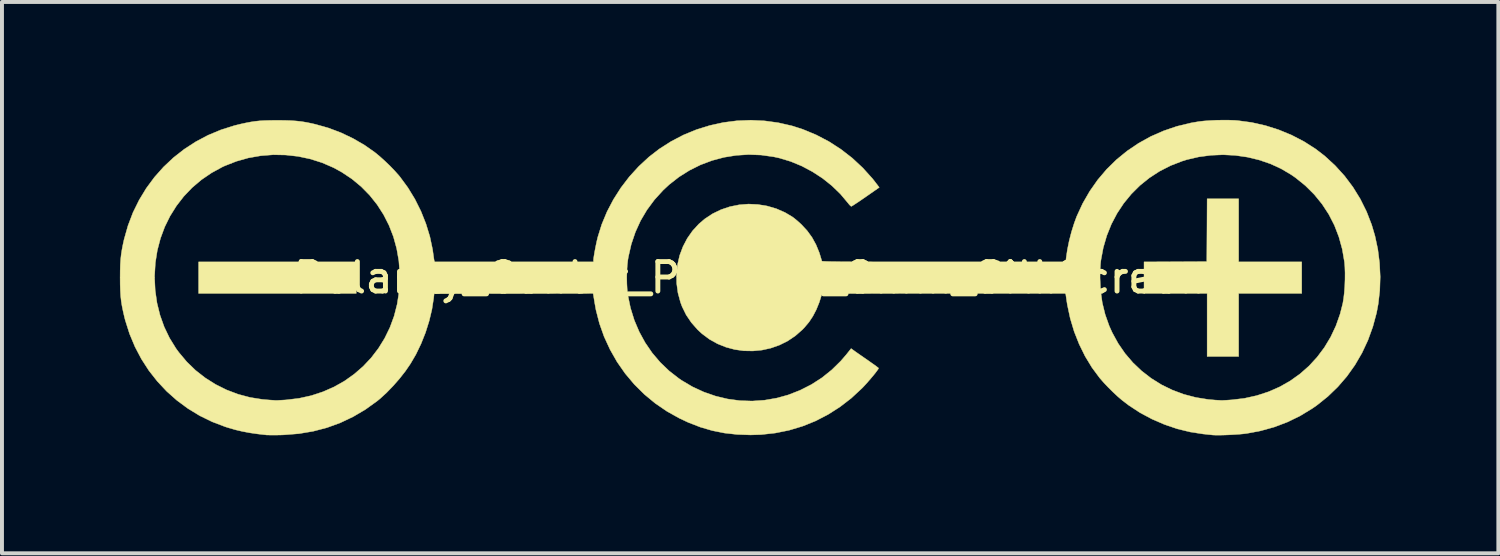
<source format=kicad_pcb>
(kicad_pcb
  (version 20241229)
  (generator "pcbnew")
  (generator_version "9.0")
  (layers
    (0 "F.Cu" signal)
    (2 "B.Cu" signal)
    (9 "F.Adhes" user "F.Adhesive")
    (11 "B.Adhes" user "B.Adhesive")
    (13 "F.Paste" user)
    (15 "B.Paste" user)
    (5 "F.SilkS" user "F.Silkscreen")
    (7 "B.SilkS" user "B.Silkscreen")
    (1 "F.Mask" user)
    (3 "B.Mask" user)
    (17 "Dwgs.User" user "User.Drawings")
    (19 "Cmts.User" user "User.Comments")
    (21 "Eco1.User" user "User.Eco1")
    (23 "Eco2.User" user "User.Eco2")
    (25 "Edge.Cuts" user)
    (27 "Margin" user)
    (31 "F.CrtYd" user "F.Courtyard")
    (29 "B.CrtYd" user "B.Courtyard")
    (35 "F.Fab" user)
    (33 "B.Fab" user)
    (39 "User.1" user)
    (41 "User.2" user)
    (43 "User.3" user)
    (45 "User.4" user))
  (footprint "Polarity_Center_Positive_8mm_SilkScreen"
    (layer "F.Cu")
    (at 16.021 4.012)
    (property "Reference" "Polarity_Center_Positive_8mm_SilkScreen" (at 0 0 0) (layer "F.SilkS") (effects (font (size 0.75 0.75) (thickness 0.125))))
    (attr exclude_from_pos_files exclude_from_bom allow_missing_courtyard)
    (fp_poly (pts (xy -10.01 0.401) (xy -14.02 0.401) (xy -14.02 -0.401) (xy -10.01 -0.401) (xy -10.01 0.401)) (stroke (width 0.01) (type solid)) (fill yes) (layer "F.SilkS"))
    (fp_poly (pts (xy 12.433 -0.401) (xy 14.037 -0.401) (xy 14.037 0.401) (xy 12.433 0.401) (xy 12.433 2.005) (xy 11.631 2.005) (xy 11.631 0.401) (xy 10.026 0.401) (xy 10.026 -0.401) (xy 10.824 -0.405) (xy 11.622 -0.409) (xy 11.627 -1.207) (xy 11.631 -2.005) (xy 12.433 -2.005) (xy 12.433 -0.401)) (stroke (width 0.01) (type solid)) (fill yes) (layer "F.SilkS"))
    (fp_poly (pts (xy 12.193 -4.006) (xy 12.338 -4.001) (xy 12.409 -3.995) (xy 12.765 -3.947) (xy 13.115 -3.868) (xy 13.455 -3.76) (xy 13.783 -3.624) (xy 14.095 -3.462) (xy 14.388 -3.275) (xy 14.622 -3.095) (xy 14.886 -2.852) (xy 15.126 -2.588) (xy 15.34 -2.303) (xy 15.527 -2) (xy 15.686 -1.68) (xy 15.816 -1.345) (xy 15.9 -1.061) (xy 15.972 -0.723) (xy 16.016 -0.375) (xy 16.033 -0.023) (xy 16.022 0.326) (xy 15.983 0.666) (xy 15.941 0.892) (xy 15.845 1.249) (xy 15.721 1.591) (xy 15.569 1.916) (xy 15.39 2.223) (xy 15.185 2.511) (xy 14.954 2.778) (xy 14.699 3.024) (xy 14.42 3.247) (xy 14.302 3.329) (xy 13.994 3.516) (xy 13.672 3.673) (xy 13.336 3.8) (xy 12.986 3.897) (xy 12.645 3.961) (xy 12.559 3.972) (xy 12.454 3.982) (xy 12.335 3.99) (xy 12.21 3.997) (xy 12.087 4.002) (xy 11.971 4.005) (xy 11.871 4.006) (xy 11.794 4.003) (xy 11.764 4.001) (xy 11.723 3.996) (xy 11.658 3.99) (xy 11.581 3.981) (xy 11.53 3.976) (xy 11.2 3.925) (xy 10.869 3.844) (xy 10.543 3.733) (xy 10.226 3.596) (xy 9.922 3.433) (xy 9.638 3.247) (xy 9.467 3.116) (xy 9.357 3.022) (xy 9.238 2.911) (xy 9.117 2.791) (xy 9.004 2.672) (xy 8.908 2.562) (xy 8.896 2.548) (xy 8.701 2.285) (xy 8.527 1.998) (xy 8.376 1.691) (xy 8.249 1.37) (xy 8.149 1.036) (xy 8.076 0.695) (xy 8.062 0.606) (xy 8.032 0.401) (xy 4.934 0.401) (xy 4.543 0.401) (xy 4.184 0.401) (xy 3.856 0.401) (xy 3.557 0.402) (xy 3.287 0.402) (xy 3.045 0.403) (xy 2.829 0.403) (xy 2.638 0.404) (xy 2.47 0.405) (xy 2.325 0.406) (xy 2.201 0.408) (xy 2.098 0.409) (xy 2.013 0.411) (xy 1.946 0.412) (xy 1.896 0.414) (xy 1.861 0.417) (xy 1.839 0.419) (xy 1.831 0.422) (xy 1.831 0.422) (xy 1.764 0.633) (xy 1.689 0.817) (xy 1.604 0.98) (xy 1.506 1.128) (xy 1.39 1.266) (xy 1.338 1.321) (xy 1.158 1.479) (xy 0.962 1.611) (xy 0.753 1.715) (xy 0.534 1.792) (xy 0.308 1.842) (xy 0.078 1.864) (xy -0.153 1.86) (xy -0.382 1.828) (xy -0.606 1.768) (xy -0.821 1.682) (xy -1.026 1.568) (xy -1.215 1.427) (xy -1.326 1.325) (xy -1.488 1.141) (xy -1.619 0.947) (xy -1.721 0.74) (xy -1.763 0.628) (xy -1.828 0.387) (xy -1.861 0.144) (xy -1.863 0.006) (xy 8.907 0.006) (xy 8.921 0.329) (xy 8.964 0.638) (xy 9.037 0.935) (xy 9.14 1.226) (xy 9.216 1.395) (xy 9.367 1.671) (xy 9.543 1.927) (xy 9.743 2.161) (xy 9.965 2.372) (xy 10.207 2.559) (xy 10.468 2.722) (xy 10.746 2.858) (xy 11.038 2.967) (xy 11.344 3.047) (xy 11.661 3.098) (xy 11.848 3.114) (xy 11.908 3.117) (xy 11.961 3.12) (xy 11.981 3.122) (xy 12.013 3.122) (xy 12.071 3.119) (xy 12.146 3.115) (xy 12.233 3.109) (xy 12.252 3.108) (xy 12.58 3.069) (xy 12.895 2.999) (xy 13.195 2.901) (xy 13.479 2.776) (xy 13.746 2.624) (xy 13.994 2.447) (xy 14.222 2.246) (xy 14.428 2.022) (xy 14.612 1.777) (xy 14.772 1.511) (xy 14.906 1.227) (xy 15.013 0.924) (xy 15.082 0.652) (xy 15.103 0.526) (xy 15.12 0.377) (xy 15.132 0.213) (xy 15.138 0.044) (xy 15.139 -0.121) (xy 15.134 -0.273) (xy 15.124 -0.397) (xy 15.068 -0.724) (xy 14.982 -1.036) (xy 14.868 -1.332) (xy 14.725 -1.611) (xy 14.554 -1.872) (xy 14.356 -2.115) (xy 14.131 -2.339) (xy 13.88 -2.542) (xy 13.769 -2.619) (xy 13.514 -2.77) (xy 13.24 -2.896) (xy 12.953 -2.994) (xy 12.654 -3.066) (xy 12.348 -3.11) (xy 12.038 -3.126) (xy 11.727 -3.113) (xy 11.419 -3.072) (xy 11.117 -3.002) (xy 10.996 -2.964) (xy 10.699 -2.849) (xy 10.42 -2.706) (xy 10.16 -2.537) (xy 9.921 -2.344) (xy 9.704 -2.128) (xy 9.51 -1.892) (xy 9.34 -1.635) (xy 9.196 -1.361) (xy 9.079 -1.07) (xy 8.99 -0.765) (xy 8.93 -0.446) (xy 8.924 -0.401) (xy 8.918 -0.333) (xy 8.913 -0.241) (xy 8.909 -0.137) (xy 8.907 -0.03) (xy 8.907 0.006) (xy -1.863 0.006) (xy -1.864 -0.098) (xy -1.838 -0.336) (xy -1.784 -0.568) (xy -1.701 -0.789) (xy -1.592 -0.998) (xy -1.457 -1.191) (xy -1.296 -1.366) (xy -1.148 -1.493) (xy -0.947 -1.626) (xy -0.732 -1.73) (xy -0.506 -1.806) (xy -0.272 -1.853) (xy -0.034 -1.872) (xy 0.205 -1.861) (xy 0.442 -1.822) (xy 0.672 -1.755) (xy 0.894 -1.658) (xy 1.078 -1.549) (xy 1.133 -1.508) (xy 1.201 -1.452) (xy 1.272 -1.389) (xy 1.316 -1.348) (xy 1.46 -1.192) (xy 1.582 -1.024) (xy 1.683 -0.84) (xy 1.767 -0.635) (xy 1.832 -0.422) (xy 1.838 -0.419) (xy 1.858 -0.417) (xy 1.891 -0.415) (xy 1.94 -0.413) (xy 2.004 -0.411) (xy 2.087 -0.409) (xy 2.188 -0.408) (xy 2.309 -0.406) (xy 2.451 -0.405) (xy 2.616 -0.404) (xy 2.804 -0.404) (xy 3.017 -0.403) (xy 3.257 -0.402) (xy 3.523 -0.402) (xy 3.818 -0.401) (xy 4.142 -0.401) (xy 4.498 -0.401) (xy 4.885 -0.401) (xy 8.034 -0.401) (xy 8.046 -0.505) (xy 8.077 -0.715) (xy 8.123 -0.94) (xy 8.182 -1.168) (xy 8.251 -1.388) (xy 8.315 -1.561) (xy 8.467 -1.89) (xy 8.646 -2.2) (xy 8.849 -2.489) (xy 9.076 -2.757) (xy 9.326 -3.002) (xy 9.597 -3.223) (xy 9.887 -3.419) (xy 10.195 -3.59) (xy 10.521 -3.733) (xy 10.861 -3.849) (xy 11.216 -3.935) (xy 11.419 -3.97) (xy 11.547 -3.985) (xy 11.699 -3.996) (xy 11.863 -4.004) (xy 12.031 -4.007) (xy 12.193 -4.006)) (stroke (width 0.01) (type solid)) (fill yes) (layer "F.SilkS"))
    (fp_poly (pts (xy 0.378 -3.988) (xy 0.727 -3.94) (xy 1.073 -3.861) (xy 1.345 -3.774) (xy 1.685 -3.633) (xy 2.01 -3.463) (xy 2.317 -3.265) (xy 2.606 -3.041) (xy 2.875 -2.79) (xy 3.122 -2.516) (xy 3.247 -2.355) (xy 3.292 -2.295) (xy 2.946 -2.054) (xy 2.85 -1.988) (xy 2.764 -1.929) (xy 2.689 -1.88) (xy 2.631 -1.842) (xy 2.593 -1.819) (xy 2.58 -1.813) (xy 2.561 -1.826) (xy 2.529 -1.858) (xy 2.493 -1.903) (xy 2.303 -2.129) (xy 2.087 -2.338) (xy 1.849 -2.528) (xy 1.592 -2.695) (xy 1.322 -2.839) (xy 1.041 -2.955) (xy 0.754 -3.042) (xy 0.608 -3.074) (xy 0.288 -3.119) (xy -0.031 -3.131) (xy -0.346 -3.111) (xy -0.657 -3.061) (xy -0.96 -2.98) (xy -1.253 -2.87) (xy -1.534 -2.73) (xy -1.8 -2.563) (xy -2.05 -2.368) (xy -2.206 -2.223) (xy -2.426 -1.981) (xy -2.617 -1.723) (xy -2.779 -1.449) (xy -2.911 -1.159) (xy -3.015 -0.852) (xy -3.089 -0.529) (xy -3.102 -0.451) (xy -3.117 -0.322) (xy -3.126 -0.172) (xy -3.13 -0.01) (xy -3.127 0.153) (xy -3.119 0.305) (xy -3.104 0.436) (xy -3.102 0.449) (xy -3.035 0.771) (xy -2.939 1.081) (xy -2.814 1.375) (xy -2.662 1.653) (xy -2.484 1.913) (xy -2.28 2.153) (xy -2.053 2.371) (xy -1.802 2.566) (xy -1.738 2.61) (xy -1.459 2.775) (xy -1.169 2.909) (xy -0.869 3.013) (xy -0.563 3.086) (xy -0.251 3.128) (xy 0.062 3.138) (xy 0.377 3.116) (xy 0.689 3.062) (xy 0.977 2.982) (xy 1.279 2.864) (xy 1.566 2.718) (xy 1.835 2.545) (xy 2.085 2.344) (xy 2.314 2.119) (xy 2.452 1.959) (xy 2.576 1.803) (xy 2.654 1.859) (xy 2.693 1.887) (xy 2.753 1.929) (xy 2.829 1.982) (xy 2.914 2.041) (xy 3.004 2.103) (xy 3.087 2.162) (xy 3.16 2.213) (xy 3.218 2.256) (xy 3.258 2.286) (xy 3.275 2.301) (xy 3.275 2.302) (xy 3.265 2.325) (xy 3.235 2.367) (xy 3.191 2.426) (xy 3.135 2.495) (xy 3.071 2.571) (xy 3.004 2.648) (xy 2.937 2.723) (xy 2.874 2.791) (xy 2.85 2.815) (xy 2.579 3.066) (xy 2.291 3.288) (xy 1.988 3.481) (xy 1.671 3.645) (xy 1.34 3.778) (xy 0.998 3.881) (xy 0.646 3.952) (xy 0.284 3.992) (xy 0.017 4) (xy -0.324 3.988) (xy -0.646 3.952) (xy -0.956 3.89) (xy -1.259 3.801) (xy -1.562 3.684) (xy -1.792 3.576) (xy -2.109 3.399) (xy -2.407 3.195) (xy -2.684 2.966) (xy -2.939 2.713) (xy -3.171 2.437) (xy -3.377 2.141) (xy -3.556 1.826) (xy -3.707 1.498) (xy -3.825 1.165) (xy -3.913 0.823) (xy -3.947 0.634) (xy -3.985 0.401) (xy -8.029 0.409) (xy -8.042 0.526) (xy -8.086 0.81) (xy -8.156 1.102) (xy -8.248 1.395) (xy -8.362 1.681) (xy -8.493 1.953) (xy -8.631 2.189) (xy -8.76 2.377) (xy -8.909 2.567) (xy -9.07 2.751) (xy -9.236 2.923) (xy -9.401 3.074) (xy -9.48 3.139) (xy -9.779 3.354) (xy -10.092 3.538) (xy -10.417 3.692) (xy -10.755 3.815) (xy -11.106 3.907) (xy -11.47 3.968) (xy -11.846 3.998) (xy -11.923 4.001) (xy -12.025 4.003) (xy -12.12 4.003) (xy -12.201 4.003) (xy -12.262 4.002) (xy -12.291 4.001) (xy -12.517 3.975) (xy -12.719 3.946) (xy -12.904 3.911) (xy -13.08 3.87) (xy -13.257 3.819) (xy -13.343 3.792) (xy -13.676 3.665) (xy -13.993 3.51) (xy -14.292 3.328) (xy -14.572 3.121) (xy -14.832 2.89) (xy -15.07 2.636) (xy -15.285 2.362) (xy -15.475 2.068) (xy -15.639 1.756) (xy -15.776 1.428) (xy -15.885 1.085) (xy -15.907 0.999) (xy -15.941 0.851) (xy -15.968 0.719) (xy -15.988 0.593) (xy -16.002 0.467) (xy -16.01 0.331) (xy -16.015 0.178) (xy -16.016 0) (xy -16.016 -0.008) (xy -15.14 -0.008) (xy -15.124 0.324) (xy -15.078 0.645) (xy -15.001 0.955) (xy -14.895 1.252) (xy -14.759 1.535) (xy -14.594 1.802) (xy -14.523 1.899) (xy -14.321 2.14) (xy -14.097 2.357) (xy -13.851 2.549) (xy -13.588 2.715) (xy -13.309 2.854) (xy -13.016 2.965) (xy -12.712 3.046) (xy -12.399 3.096) (xy -12.274 3.107) (xy -12.196 3.113) (xy -12.127 3.117) (xy -12.077 3.121) (xy -12.057 3.122) (xy -12.028 3.122) (xy -11.974 3.119) (xy -11.9 3.115) (xy -11.815 3.11) (xy -11.79 3.108) (xy -11.465 3.069) (xy -11.153 3) (xy -10.856 2.902) (xy -10.574 2.778) (xy -10.308 2.628) (xy -10.062 2.453) (xy -9.835 2.256) (xy -9.63 2.038) (xy -9.447 1.799) (xy -9.288 1.542) (xy -9.154 1.267) (xy -9.047 0.977) (xy -8.969 0.672) (xy -8.92 0.354) (xy -8.909 0.226) (xy -8.903 -0.105) (xy -8.927 -0.428) (xy -8.982 -0.741) (xy -9.065 -1.042) (xy -9.177 -1.33) (xy -9.315 -1.602) (xy -9.48 -1.859) (xy -9.67 -2.097) (xy -9.884 -2.315) (xy -10.122 -2.512) (xy -10.382 -2.685) (xy -10.586 -2.797) (xy -10.877 -2.923) (xy -11.179 -3.019) (xy -11.49 -3.085) (xy -11.805 -3.12) (xy -12.123 -3.126) (xy -12.44 -3.101) (xy -12.753 -3.046) (xy -13.058 -2.96) (xy -13.354 -2.844) (xy -13.415 -2.816) (xy -13.693 -2.664) (xy -13.951 -2.488) (xy -14.186 -2.288) (xy -14.397 -2.067) (xy -14.584 -1.825) (xy -14.746 -1.566) (xy -14.882 -1.29) (xy -14.99 -0.999) (xy -15.07 -0.694) (xy -15.12 -0.378) (xy -15.139 -0.052) (xy -15.14 -0.008) (xy -16.016 -0.008) (xy -16.015 -0.178) (xy -16.011 -0.331) (xy -16.002 -0.466) (xy -15.988 -0.593) (xy -15.968 -0.719) (xy -15.942 -0.852) (xy -15.914 -0.978) (xy -15.815 -1.326) (xy -15.688 -1.659) (xy -15.532 -1.975) (xy -15.35 -2.275) (xy -15.143 -2.555) (xy -14.913 -2.814) (xy -14.66 -3.052) (xy -14.386 -3.267) (xy -14.093 -3.457) (xy -13.782 -3.622) (xy -13.454 -3.759) (xy -13.11 -3.868) (xy -12.951 -3.907) (xy -12.813 -3.937) (xy -12.692 -3.96) (xy -12.578 -3.977) (xy -12.464 -3.989) (xy -12.343 -3.996) (xy -12.205 -4) (xy -12.044 -4.002) (xy -12.007 -4.002) (xy -11.828 -4) (xy -11.674 -3.995) (xy -11.536 -3.985) (xy -11.407 -3.971) (xy -11.278 -3.95) (xy -11.141 -3.922) (xy -11.047 -3.9) (xy -10.72 -3.808) (xy -10.399 -3.687) (xy -10.089 -3.539) (xy -9.795 -3.368) (xy -9.539 -3.188) (xy -9.418 -3.089) (xy -9.287 -2.971) (xy -9.155 -2.845) (xy -9.032 -2.717) (xy -8.925 -2.597) (xy -8.899 -2.565) (xy -8.698 -2.292) (xy -8.519 -1.999) (xy -8.365 -1.69) (xy -8.238 -1.371) (xy -8.138 -1.045) (xy -8.069 -0.718) (xy -8.055 -0.618) (xy -8.045 -0.548) (xy -8.036 -0.487) (xy -8.03 -0.446) (xy -8.028 -0.439) (xy -8.02 -0.401) (xy -3.977 -0.401) (xy -3.977 -0.441) (xy -3.974 -0.484) (xy -3.964 -0.552) (xy -3.95 -0.638) (xy -3.932 -0.734) (xy -3.912 -0.834) (xy -3.892 -0.928) (xy -3.872 -1.011) (xy -3.869 -1.026) (xy -3.766 -1.356) (xy -3.632 -1.678) (xy -3.469 -1.989) (xy -3.279 -2.287) (xy -3.064 -2.568) (xy -2.826 -2.829) (xy -2.567 -3.069) (xy -2.305 -3.272) (xy -2.003 -3.465) (xy -1.686 -3.63) (xy -1.358 -3.765) (xy -1.02 -3.87) (xy -0.676 -3.946) (xy -0.326 -3.991) (xy 0.026 -4.005) (xy 0.378 -3.988)) (stroke (width 0.01) (type solid)) (fill yes) (layer "F.SilkS")))
  (gr_rect
    (start -3 -3)
    (end 35.059 11.023)
    (stroke (width 0.1) (type default))
    (fill no)
    (layer "Edge.Cuts")))
</source>
